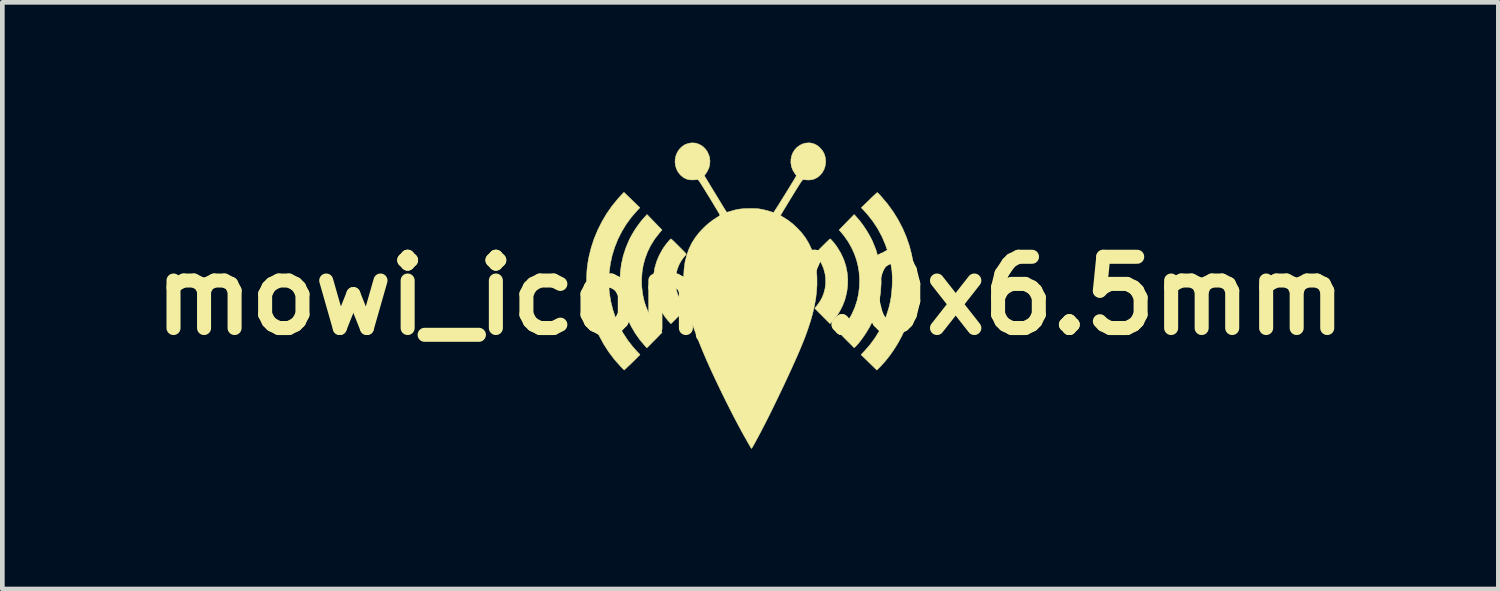
<source format=kicad_pcb>
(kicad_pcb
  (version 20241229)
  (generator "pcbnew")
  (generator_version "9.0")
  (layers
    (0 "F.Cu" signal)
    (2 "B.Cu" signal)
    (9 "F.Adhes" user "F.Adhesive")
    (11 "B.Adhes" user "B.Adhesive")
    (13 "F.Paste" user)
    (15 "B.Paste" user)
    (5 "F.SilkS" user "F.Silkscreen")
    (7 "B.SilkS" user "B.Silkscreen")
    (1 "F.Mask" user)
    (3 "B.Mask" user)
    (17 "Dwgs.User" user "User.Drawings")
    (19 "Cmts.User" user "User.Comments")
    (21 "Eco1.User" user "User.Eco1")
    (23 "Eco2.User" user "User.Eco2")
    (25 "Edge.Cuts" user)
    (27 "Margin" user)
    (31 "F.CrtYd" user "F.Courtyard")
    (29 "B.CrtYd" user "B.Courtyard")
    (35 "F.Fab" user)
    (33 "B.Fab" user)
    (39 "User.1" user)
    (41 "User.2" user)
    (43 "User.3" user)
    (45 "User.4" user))
  (footprint "mowi_icon_7.0x6.5mm"
    (layer "F.Cu")
    (at 12.998 3.276)
    (property "Reference" "mowi_icon_7.0x6.5mm" (at 0 0 0) (layer "F.SilkS") (effects (font (size 1.524 1.524) (thickness 0.3))))
    (attr through_hole)
    (fp_poly (pts (xy 1.716 -1.211) (xy 1.733 -1.194) (xy 1.756 -1.169) (xy 1.783 -1.138) (xy 1.811 -1.102) (xy 1.838 -1.066) (xy 1.863 -1.03) (xy 1.864 -1.028) (xy 1.938 -0.904) (xy 1.997 -0.775) (xy 2.041 -0.641) (xy 2.069 -0.504) (xy 2.083 -0.365) (xy 2.08 -0.224) (xy 2.063 -0.083) (xy 2.029 0.057) (xy 2.016 0.099) (xy 1.978 0.197) (xy 1.931 0.294) (xy 1.877 0.387) (xy 1.818 0.471) (xy 1.759 0.541) (xy 1.705 0.598) (xy 1.377 0.268) (xy 1.425 0.209) (xy 1.487 0.123) (xy 1.535 0.037) (xy 1.571 -0.055) (xy 1.596 -0.152) (xy 1.61 -0.259) (xy 1.61 -0.366) (xy 1.596 -0.473) (xy 1.568 -0.578) (xy 1.528 -0.676) (xy 1.475 -0.768) (xy 1.417 -0.843) (xy 1.398 -0.865) (xy 1.385 -0.882) (xy 1.379 -0.892) (xy 1.379 -0.892) (xy 1.384 -0.9) (xy 1.4 -0.917) (xy 1.423 -0.942) (xy 1.453 -0.972) (xy 1.487 -1.007) (xy 1.524 -1.044) (xy 1.561 -1.081) (xy 1.598 -1.117) (xy 1.632 -1.151) (xy 1.662 -1.179) (xy 1.685 -1.201) (xy 1.701 -1.214) (xy 1.706 -1.218) (xy 1.716 -1.211)) (stroke (width 0.01) (type solid)) (fill yes) (layer "F.SilkS"))
    (fp_poly (pts (xy -1.69 -1.212) (xy -1.673 -1.197) (xy -1.648 -1.174) (xy -1.617 -1.144) (xy -1.583 -1.11) (xy -1.546 -1.074) (xy -1.508 -1.036) (xy -1.472 -0.999) (xy -1.438 -0.966) (xy -1.41 -0.936) (xy -1.388 -0.913) (xy -1.374 -0.897) (xy -1.371 -0.892) (xy -1.376 -0.883) (xy -1.389 -0.866) (xy -1.408 -0.844) (xy -1.409 -0.843) (xy -1.473 -0.759) (xy -1.525 -0.666) (xy -1.564 -0.568) (xy -1.589 -0.464) (xy -1.602 -0.358) (xy -1.601 -0.251) (xy -1.587 -0.145) (xy -1.559 -0.041) (xy -1.517 0.058) (xy -1.494 0.101) (xy -1.475 0.13) (xy -1.45 0.165) (xy -1.424 0.2) (xy -1.417 0.209) (xy -1.369 0.268) (xy -1.534 0.433) (xy -1.699 0.598) (xy -1.752 0.541) (xy -1.816 0.463) (xy -1.877 0.373) (xy -1.933 0.275) (xy -1.98 0.174) (xy -2.008 0.099) (xy -2.046 -0.041) (xy -2.069 -0.181) (xy -2.076 -0.322) (xy -2.067 -0.462) (xy -2.043 -0.6) (xy -2.004 -0.735) (xy -1.949 -0.866) (xy -1.88 -0.991) (xy -1.856 -1.028) (xy -1.831 -1.064) (xy -1.803 -1.101) (xy -1.775 -1.136) (xy -1.749 -1.168) (xy -1.726 -1.194) (xy -1.708 -1.211) (xy -1.698 -1.218) (xy -1.698 -1.218) (xy -1.69 -1.212)) (stroke (width 0.01) (type solid)) (fill yes) (layer "F.SilkS"))
    (fp_poly (pts (xy -2.363 -1.884) (xy -2.421 -1.823) (xy -2.544 -1.683) (xy -2.653 -1.534) (xy -2.749 -1.377) (xy -2.832 -1.213) (xy -2.9 -1.043) (xy -2.955 -0.868) (xy -2.994 -0.689) (xy -3.019 -0.507) (xy -3.028 -0.324) (xy -3.022 -0.139) (xy -3.015 -0.06) (xy -2.986 0.119) (xy -2.942 0.296) (xy -2.884 0.469) (xy -2.811 0.636) (xy -2.724 0.797) (xy -2.624 0.95) (xy -2.512 1.094) (xy -2.439 1.176) (xy -2.36 1.259) (xy -2.444 1.344) (xy -2.484 1.383) (xy -2.53 1.428) (xy -2.575 1.472) (xy -2.614 1.508) (xy -2.699 1.588) (xy -2.779 1.506) (xy -2.91 1.358) (xy -3.03 1.199) (xy -3.138 1.031) (xy -3.233 0.855) (xy -3.315 0.671) (xy -3.383 0.481) (xy -3.436 0.287) (xy -3.462 0.161) (xy -3.476 0.081) (xy -3.486 0.008) (xy -3.494 -0.06) (xy -3.499 -0.13) (xy -3.502 -0.205) (xy -3.503 -0.291) (xy -3.503 -0.314) (xy -3.501 -0.418) (xy -3.497 -0.51) (xy -3.49 -0.597) (xy -3.479 -0.681) (xy -3.465 -0.77) (xy -3.451 -0.839) (xy -3.404 -1.03) (xy -3.342 -1.219) (xy -3.265 -1.405) (xy -3.175 -1.584) (xy -3.073 -1.757) (xy -2.959 -1.92) (xy -2.834 -2.073) (xy -2.77 -2.144) (xy -2.704 -2.213) (xy -2.363 -1.884)) (stroke (width 0.01) (type solid)) (fill yes) (layer "F.SilkS"))
    (fp_poly (pts (xy 2.272 -1.681) (xy 2.339 -1.604) (xy 2.407 -1.514) (xy 2.473 -1.416) (xy 2.535 -1.314) (xy 2.59 -1.212) (xy 2.617 -1.154) (xy 2.684 -0.988) (xy 2.735 -0.819) (xy 2.771 -0.647) (xy 2.791 -0.471) (xy 2.797 -0.29) (xy 2.795 -0.243) (xy 2.785 -0.078) (xy 2.762 0.078) (xy 2.728 0.228) (xy 2.681 0.377) (xy 2.62 0.526) (xy 2.588 0.593) (xy 2.554 0.659) (xy 2.513 0.729) (xy 2.468 0.802) (xy 2.42 0.873) (xy 2.371 0.941) (xy 2.324 1.002) (xy 2.279 1.054) (xy 2.24 1.094) (xy 2.221 1.112) (xy 2.058 0.949) (xy 2.016 0.907) (xy 1.978 0.868) (xy 1.946 0.834) (xy 1.92 0.807) (xy 1.903 0.788) (xy 1.895 0.778) (xy 1.895 0.778) (xy 1.9 0.768) (xy 1.914 0.751) (xy 1.924 0.741) (xy 1.958 0.706) (xy 1.996 0.66) (xy 2.036 0.609) (xy 2.074 0.557) (xy 2.09 0.532) (xy 2.168 0.398) (xy 2.232 0.257) (xy 2.28 0.111) (xy 2.314 -0.04) (xy 2.332 -0.195) (xy 2.336 -0.353) (xy 2.324 -0.512) (xy 2.305 -0.628) (xy 2.272 -0.763) (xy 2.224 -0.899) (xy 2.163 -1.032) (xy 2.091 -1.158) (xy 2.009 -1.276) (xy 1.958 -1.339) (xy 1.898 -1.408) (xy 2.058 -1.573) (xy 2.219 -1.738) (xy 2.272 -1.681)) (stroke (width 0.01) (type solid)) (fill yes) (layer "F.SilkS"))
    (fp_poly (pts (xy -2.05 -1.573) (xy -1.89 -1.408) (xy -1.949 -1.339) (xy -2.045 -1.216) (xy -2.127 -1.086) (xy -2.196 -0.948) (xy -2.25 -0.805) (xy -2.291 -0.657) (xy -2.316 -0.504) (xy -2.327 -0.35) (xy -2.323 -0.193) (xy -2.304 -0.036) (xy -2.277 0.093) (xy -2.241 0.209) (xy -2.194 0.326) (xy -2.137 0.441) (xy -2.072 0.548) (xy -2.001 0.646) (xy -1.945 0.71) (xy -1.921 0.737) (xy -1.902 0.759) (xy -1.891 0.775) (xy -1.888 0.782) (xy -1.894 0.789) (xy -1.91 0.805) (xy -1.933 0.83) (xy -1.962 0.86) (xy -1.996 0.895) (xy -2.032 0.932) (xy -2.07 0.969) (xy -2.106 1.006) (xy -2.14 1.04) (xy -2.169 1.07) (xy -2.193 1.093) (xy -2.208 1.108) (xy -2.214 1.113) (xy -2.22 1.107) (xy -2.234 1.093) (xy -2.253 1.072) (xy -2.258 1.066) (xy -2.366 0.938) (xy -2.464 0.798) (xy -2.551 0.649) (xy -2.626 0.494) (xy -2.687 0.335) (xy -2.724 0.209) (xy -2.762 0.033) (xy -2.784 -0.145) (xy -2.79 -0.324) (xy -2.781 -0.502) (xy -2.758 -0.678) (xy -2.719 -0.851) (xy -2.665 -1.02) (xy -2.596 -1.184) (xy -2.575 -1.229) (xy -2.529 -1.313) (xy -2.476 -1.401) (xy -2.417 -1.488) (xy -2.357 -1.57) (xy -2.297 -1.644) (xy -2.263 -1.681) (xy -2.21 -1.738) (xy -2.05 -1.573)) (stroke (width 0.01) (type solid)) (fill yes) (layer "F.SilkS"))
    (fp_poly (pts (xy 2.722 -2.203) (xy 2.738 -2.187) (xy 2.761 -2.164) (xy 2.788 -2.135) (xy 2.796 -2.126) (xy 2.932 -1.965) (xy 3.054 -1.797) (xy 3.162 -1.622) (xy 3.256 -1.442) (xy 3.335 -1.258) (xy 3.4 -1.069) (xy 3.45 -0.876) (xy 3.486 -0.681) (xy 3.507 -0.485) (xy 3.513 -0.287) (xy 3.504 -0.088) (xy 3.479 0.11) (xy 3.44 0.307) (xy 3.385 0.502) (xy 3.314 0.695) (xy 3.301 0.726) (xy 3.235 0.867) (xy 3.158 1.009) (xy 3.072 1.147) (xy 2.98 1.279) (xy 2.882 1.402) (xy 2.782 1.512) (xy 2.756 1.538) (xy 2.705 1.589) (xy 2.536 1.425) (xy 2.367 1.26) (xy 2.445 1.178) (xy 2.561 1.044) (xy 2.667 0.9) (xy 2.761 0.746) (xy 2.843 0.585) (xy 2.911 0.419) (xy 2.964 0.249) (xy 2.991 0.134) (xy 3.01 0.029) (xy 3.023 -0.084) (xy 3.032 -0.201) (xy 3.036 -0.316) (xy 3.034 -0.427) (xy 3.028 -0.528) (xy 3.025 -0.552) (xy 2.994 -0.739) (xy 2.948 -0.921) (xy 2.887 -1.098) (xy 2.813 -1.269) (xy 2.725 -1.433) (xy 2.624 -1.588) (xy 2.51 -1.734) (xy 2.43 -1.823) (xy 2.372 -1.883) (xy 2.54 -2.046) (xy 2.583 -2.088) (xy 2.622 -2.126) (xy 2.657 -2.158) (xy 2.684 -2.183) (xy 2.704 -2.201) (xy 2.714 -2.208) (xy 2.715 -2.209) (xy 2.722 -2.203)) (stroke (width 0.01) (type solid)) (fill yes) (layer "F.SilkS"))
    (fp_poly (pts (xy 1.296 -3.267) (xy 1.362 -3.249) (xy 1.419 -3.221) (xy 1.473 -3.18) (xy 1.492 -3.162) (xy 1.545 -3.099) (xy 1.582 -3.03) (xy 1.604 -2.956) (xy 1.611 -2.876) (xy 1.61 -2.846) (xy 1.598 -2.769) (xy 1.573 -2.697) (xy 1.536 -2.632) (xy 1.488 -2.576) (xy 1.431 -2.53) (xy 1.367 -2.498) (xy 1.346 -2.491) (xy 1.306 -2.482) (xy 1.261 -2.477) (xy 1.209 -2.478) (xy 1.145 -2.484) (xy 1.13 -2.485) (xy 1.126 -2.485) (xy 1.12 -2.481) (xy 1.112 -2.473) (xy 1.101 -2.46) (xy 1.088 -2.441) (xy 1.07 -2.415) (xy 1.048 -2.38) (xy 1.02 -2.337) (xy 0.986 -2.282) (xy 0.946 -2.217) (xy 0.898 -2.139) (xy 0.878 -2.107) (xy 0.835 -2.036) (xy 0.794 -1.969) (xy 0.757 -1.907) (xy 0.723 -1.852) (xy 0.695 -1.805) (xy 0.672 -1.767) (xy 0.656 -1.739) (xy 0.647 -1.723) (xy 0.645 -1.72) (xy 0.652 -1.713) (xy 0.669 -1.701) (xy 0.694 -1.686) (xy 0.704 -1.68) (xy 0.808 -1.614) (xy 0.908 -1.536) (xy 1.004 -1.447) (xy 1.099 -1.344) (xy 1.181 -1.235) (xy 1.25 -1.12) (xy 1.307 -0.998) (xy 1.353 -0.868) (xy 1.387 -0.728) (xy 1.41 -0.578) (xy 1.423 -0.417) (xy 1.424 -0.383) (xy 1.425 -0.24) (xy 1.416 -0.094) (xy 1.398 0.057) (xy 1.371 0.212) (xy 1.333 0.373) (xy 1.286 0.542) (xy 1.228 0.719) (xy 1.16 0.906) (xy 1.086 1.089) (xy 1.046 1.183) (xy 1 1.29) (xy 0.947 1.408) (xy 0.89 1.535) (xy 0.829 1.668) (xy 0.765 1.806) (xy 0.698 1.948) (xy 0.63 2.09) (xy 0.562 2.232) (xy 0.494 2.372) (xy 0.428 2.507) (xy 0.395 2.573) (xy 0.356 2.65) (xy 0.317 2.727) (xy 0.277 2.804) (xy 0.238 2.879) (xy 0.2 2.952) (xy 0.164 3.02) (xy 0.13 3.082) (xy 0.1 3.138) (xy 0.074 3.185) (xy 0.052 3.223) (xy 0.036 3.249) (xy 0.027 3.263) (xy 0.024 3.265) (xy 0.019 3.259) (xy 0.007 3.242) (xy -0.007 3.217) (xy -0.011 3.211) (xy -0.076 3.097) (xy -0.137 2.989) (xy -0.194 2.886) (xy -0.249 2.784) (xy -0.304 2.68) (xy -0.36 2.573) (xy -0.419 2.458) (xy -0.482 2.333) (xy -0.532 2.234) (xy -0.647 1.999) (xy -0.753 1.777) (xy -0.851 1.567) (xy -0.94 1.368) (xy -1.02 1.18) (xy -1.092 1.003) (xy -1.157 0.835) (xy -1.214 0.677) (xy -1.263 0.527) (xy -1.305 0.385) (xy -1.34 0.251) (xy -1.369 0.124) (xy -1.37 0.117) (xy -1.402 -0.069) (xy -1.42 -0.245) (xy -1.426 -0.413) (xy -1.418 -0.571) (xy -1.397 -0.722) (xy -1.362 -0.864) (xy -1.315 -0.998) (xy -1.254 -1.125) (xy -1.179 -1.244) (xy -1.091 -1.357) (xy -1.024 -1.428) (xy -0.946 -1.504) (xy -0.87 -1.568) (xy -0.795 -1.624) (xy -0.718 -1.674) (xy -0.689 -1.692) (xy -0.666 -1.708) (xy -0.651 -1.719) (xy -0.648 -1.722) (xy -0.652 -1.73) (xy -0.663 -1.751) (xy -0.681 -1.783) (xy -0.706 -1.824) (xy -0.736 -1.874) (xy -0.771 -1.932) (xy -0.809 -1.996) (xy -0.851 -2.064) (xy -0.878 -2.109) (xy -0.929 -2.191) (xy -0.971 -2.26) (xy -1.007 -2.318) (xy -1.037 -2.365) (xy -1.061 -2.403) (xy -1.08 -2.432) (xy -1.095 -2.454) (xy -1.107 -2.469) (xy -1.115 -2.478) (xy -1.122 -2.483) (xy -1.127 -2.485) (xy -1.13 -2.485) (xy -1.147 -2.484) (xy -1.174 -2.482) (xy -1.208 -2.479) (xy -1.218 -2.478) (xy -1.294 -2.48) (xy -1.363 -2.496) (xy -1.427 -2.528) (xy -1.485 -2.574) (xy -1.496 -2.584) (xy -1.544 -2.644) (xy -1.579 -2.71) (xy -1.601 -2.78) (xy -1.611 -2.853) (xy -1.608 -2.925) (xy -1.592 -2.996) (xy -1.565 -3.063) (xy -1.527 -3.124) (xy -1.477 -3.178) (xy -1.417 -3.222) (xy -1.397 -3.233) (xy -1.328 -3.259) (xy -1.258 -3.27) (xy -1.189 -3.268) (xy -1.123 -3.251) (xy -1.06 -3.222) (xy -1.003 -3.182) (xy -0.954 -3.13) (xy -0.914 -3.069) (xy -0.884 -2.998) (xy -0.875 -2.966) (xy -0.864 -2.885) (xy -0.869 -2.806) (xy -0.889 -2.729) (xy -0.926 -2.655) (xy -0.952 -2.615) (xy -0.968 -2.593) (xy -0.98 -2.576) (xy -0.984 -2.569) (xy -0.98 -2.561) (xy -0.968 -2.542) (xy -0.95 -2.511) (xy -0.926 -2.472) (xy -0.897 -2.424) (xy -0.865 -2.371) (xy -0.83 -2.312) (xy -0.792 -2.251) (xy -0.754 -2.188) (xy -0.715 -2.124) (xy -0.677 -2.062) (xy -0.641 -2.002) (xy -0.607 -1.947) (xy -0.577 -1.898) (xy -0.551 -1.856) (xy -0.53 -1.823) (xy -0.516 -1.8) (xy -0.509 -1.789) (xy -0.508 -1.788) (xy -0.499 -1.788) (xy -0.478 -1.792) (xy -0.448 -1.8) (xy -0.429 -1.806) (xy -0.36 -1.827) (xy -0.296 -1.843) (xy -0.234 -1.854) (xy -0.168 -1.861) (xy -0.094 -1.865) (xy -0.01 -1.866) (xy -0.004 -1.866) (xy 0.056 -1.866) (xy 0.103 -1.865) (xy 0.141 -1.863) (xy 0.173 -1.861) (xy 0.204 -1.856) (xy 0.236 -1.851) (xy 0.266 -1.844) (xy 0.312 -1.834) (xy 0.358 -1.822) (xy 0.399 -1.811) (xy 0.427 -1.802) (xy 0.456 -1.793) (xy 0.481 -1.786) (xy 0.495 -1.782) (xy 0.496 -1.782) (xy 0.502 -1.789) (xy 0.515 -1.808) (xy 0.534 -1.837) (xy 0.559 -1.876) (xy 0.589 -1.923) (xy 0.623 -1.976) (xy 0.659 -2.034) (xy 0.697 -2.096) (xy 0.737 -2.159) (xy 0.776 -2.223) (xy 0.815 -2.285) (xy 0.851 -2.345) (xy 0.885 -2.401) (xy 0.916 -2.451) (xy 0.942 -2.494) (xy 0.962 -2.529) (xy 0.976 -2.554) (xy 0.983 -2.567) (xy 0.984 -2.568) (xy 0.979 -2.577) (xy 0.967 -2.595) (xy 0.95 -2.618) (xy 0.948 -2.622) (xy 0.906 -2.69) (xy 0.879 -2.764) (xy 0.866 -2.842) (xy 0.868 -2.921) (xy 0.885 -3) (xy 0.907 -3.055) (xy 0.945 -3.118) (xy 0.994 -3.172) (xy 1.051 -3.215) (xy 1.114 -3.247) (xy 1.182 -3.266) (xy 1.251 -3.271) (xy 1.296 -3.267)) (stroke (width 0.01) (type solid)) (fill yes) (layer "F.SilkS")))
  (gr_rect
    (start -3 -3)
    (end 28.995 9.547)
    (stroke (width 0.1) (type default))
    (fill no)
    (layer "Edge.Cuts")))
</source>
